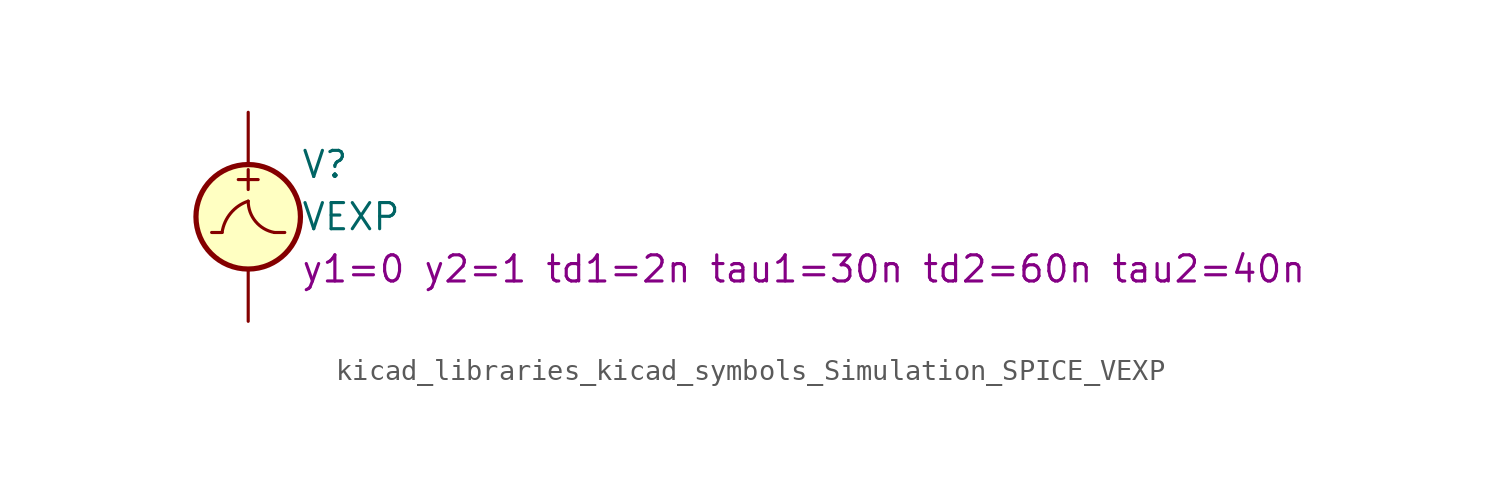
<source format=kicad_sym>
(kicad_symbol_lib
  (version 20220914)
  (generator kicad_symbol_editor)
  (symbol "kicad_libraries_kicad_symbols_Simulation_SPICE_VEXP"
    (pin_numbers hide)
    (pin_names
      (offset 0.025))
    (property "Reference" "V"
      (at 2.54 2.54 0)
      (effects (font (size 1.27 1.27)) (justify left)))
    (property "Value" "VEXP"
      (at 2.54 0 0)
      (effects (font (size 1.27 1.27)) (justify left)))
    (property "Sim.Params" "y1=0 y2=1 td1=2n tau1=30n td2=60n tau2=40n"
      (at 2.54 -2.54 0)
      (effects (font (size 1.27 1.27)) (justify left)))
    (symbol "kicad_libraries_kicad_symbols_Simulation_SPICE_VEXP_0_0"
      (polyline (pts (xy -1.27 -0.762) (xy -1.778 -0.762)) (stroke (width 0) (type default)) (fill (type none)))
      (polyline (pts (xy 1.27 -0.762) (xy 1.778 -0.762)) (stroke (width 0) (type default)) (fill (type none)))
      (arc (start 0 0.762) (mid -0.851 0.1794) (end -1.27 -0.762) (stroke (width 0) (type default)) (fill (type none)))
      (arc (start 0 0.762) (mid 0.3591 -0.2299) (end 1.27 -0.762) (stroke (width 0) (type default)) (fill (type none)))
      (text "+" (at 0 1.905 0) (effects (font (size 1.27 1.27)))))
    (symbol "kicad_libraries_kicad_symbols_Simulation_SPICE_VEXP_0_1"
      (circle (center 0 0) (radius 2.54) (stroke (width 0.254) (type default)) (fill (type background))))
    (symbol "kicad_libraries_kicad_symbols_Simulation_SPICE_VEXP_1_1"
      (pin passive line (at 0 5.08 270) (length 2.54) (name "~" (effects (font (size 1.27 1.27)))) (number "1" (effects (font (size 1.27 1.27)))))
      (pin passive line (at 0 -5.08 90) (length 2.54) (name "~" (effects (font (size 1.27 1.27)))) (number "2" (effects (font (size 1.27 1.27))))))))
</source>
